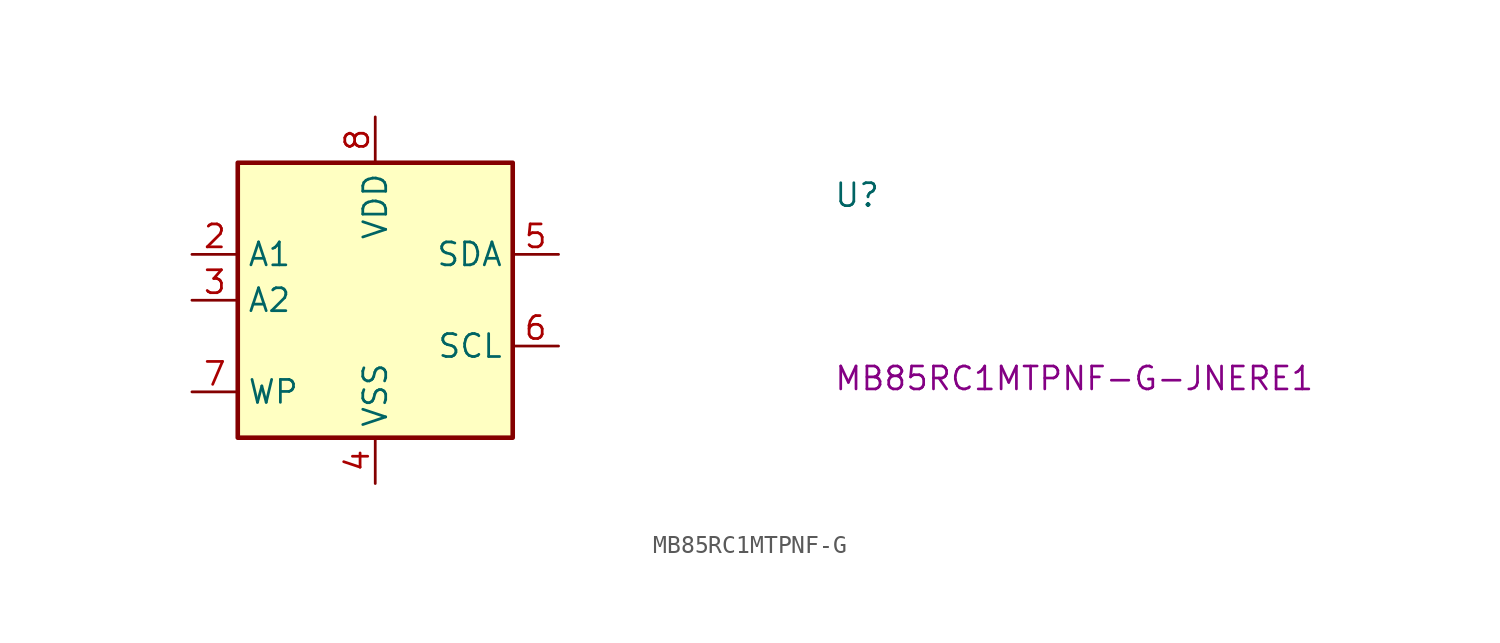
<source format=kicad_sym>
(kicad_symbol_lib
  (version 20220914)
  (generator kicad_symbol_editor)
  (symbol "MB85RC1MTPNF-G"
    (property "Reference" "U"
      (at 35.56 -5.08 0)
      (effects (font (size 1.27 1.27) (thickness 0.15)) (justify left bottom)))
    (property "MPN" "MB85RC1MTPNF-G-JNERE1"
      (at 35.56 -15.24 0)
      (effects (font (size 1.27 1.27) (thickness 0.15)) (justify left bottom)))
    (symbol "MB85RC1MTPNF-G_1_1"
      (rectangle (start 2.54 -2.54) (end 17.78 -17.78) (stroke (width 0.254) (type default)) (fill (type background)))
      (pin no_connect line (at 0 -5.08 0) (length 2.54) hide (name "NC" (effects (font (size 1.27 1.27)))) (number "1" (effects (font (size 1.27 1.27)))))
      (pin input line (at 0 -7.62 0) (length 2.54) (name "A1" (effects (font (size 1.27 1.27)))) (number "2" (effects (font (size 1.27 1.27)))))
      (pin input line (at 0 -10.16 0) (length 2.54) (name "A2" (effects (font (size 1.27 1.27)))) (number "3" (effects (font (size 1.27 1.27)))))
      (pin power_in line (at 10.16 -20.32 90) (length 2.54) (name "VSS" (effects (font (size 1.27 1.27)))) (number "4" (effects (font (size 1.27 1.27)))))
      (pin bidirectional line (at 20.32 -7.62 180) (length 2.54) (name "SDA" (effects (font (size 1.27 1.27)))) (number "5" (effects (font (size 1.27 1.27)))))
      (pin input line (at 20.32 -12.7 180) (length 2.54) (name "SCL" (effects (font (size 1.27 1.27)))) (number "6" (effects (font (size 1.27 1.27)))))
      (pin input line (at 0 -15.24 0) (length 2.54) (name "WP" (effects (font (size 1.27 1.27)))) (number "7" (effects (font (size 1.27 1.27)))))
      (pin power_in line (at 10.16 0 270) (length 2.54) (name "VDD" (effects (font (size 1.27 1.27)))) (number "8" (effects (font (size 1.27 1.27))))))))
</source>
